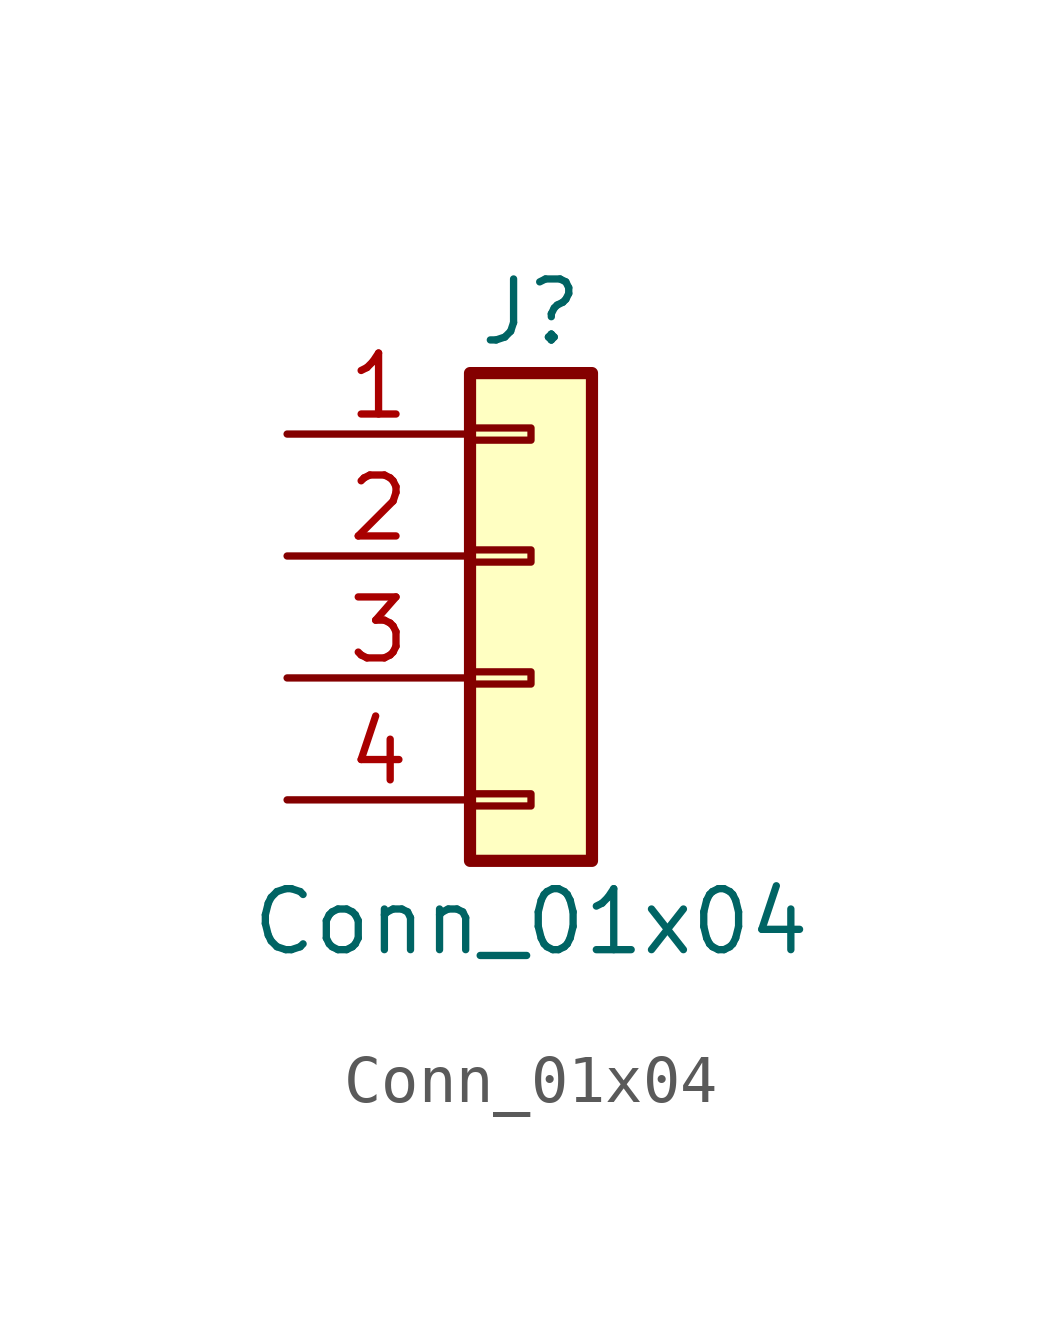
<source format=kicad_sym>
(kicad_symbol_lib
  (version 20211014)
  (generator kicad_symbol_editor)
  (symbol "Conn_01x04"
    (pin_names
      (offset 1.016) hide)
    (property "Reference" "J"
      (at 0 5.08 0)
      (effects (font (size 1.27 1.27))))
    (property "Value" "Conn_01x04"
      (at 0 -7.62 0)
      (effects (font (size 1.27 1.27))))
    (symbol "Conn_01x04_1_1"
      (rectangle (start -1.27 -4.953) (end 0 -5.207) (stroke (width 0.152) (type default) (color 0 0 0 0)) (fill (type none)))
      (rectangle (start -1.27 -2.413) (end 0 -2.667) (stroke (width 0.152) (type default) (color 0 0 0 0)) (fill (type none)))
      (rectangle (start -1.27 0.127) (end 0 -0.127) (stroke (width 0.152) (type default) (color 0 0 0 0)) (fill (type none)))
      (rectangle (start -1.27 2.667) (end 0 2.413) (stroke (width 0.152) (type default) (color 0 0 0 0)) (fill (type none)))
      (rectangle (start -1.27 3.81) (end 1.27 -6.35) (stroke (width 0.254) (type default) (color 0 0 0 0)) (fill (type background)))
      (pin passive line (at -5.08 2.54 0) (length 3.81) (name "Pin_1" (effects (font (size 1.27 1.27)))) (number "1" (effects (font (size 1.27 1.27)))))
      (pin power_out line (at -5.08 0 0) (length 3.81) (name "Pin_2" (effects (font (size 1.27 1.27)))) (number "2" (effects (font (size 1.27 1.27)))))
      (pin power_out line (at -5.08 -2.54 0) (length 3.81) (name "Pin_3" (effects (font (size 1.27 1.27)))) (number "3" (effects (font (size 1.27 1.27)))))
      (pin passive line (at -5.08 -5.08 0) (length 3.81) (name "Pin_4" (effects (font (size 1.27 1.27)))) (number "4" (effects (font (size 1.27 1.27))))))))
</source>
